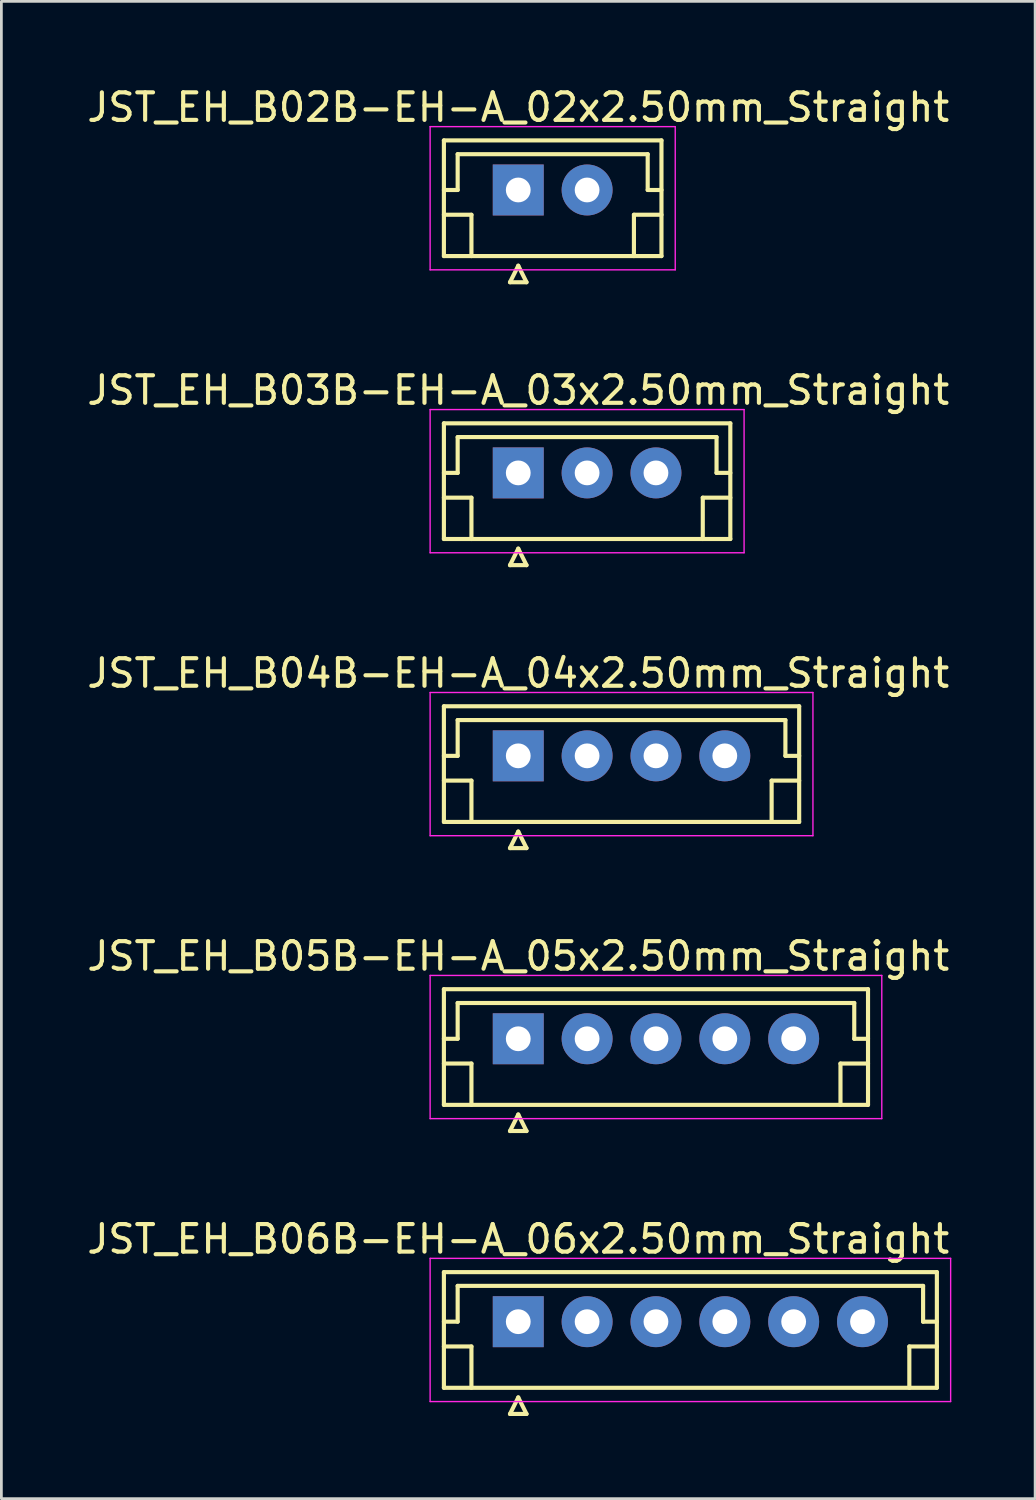
<source format=kicad_pcb>
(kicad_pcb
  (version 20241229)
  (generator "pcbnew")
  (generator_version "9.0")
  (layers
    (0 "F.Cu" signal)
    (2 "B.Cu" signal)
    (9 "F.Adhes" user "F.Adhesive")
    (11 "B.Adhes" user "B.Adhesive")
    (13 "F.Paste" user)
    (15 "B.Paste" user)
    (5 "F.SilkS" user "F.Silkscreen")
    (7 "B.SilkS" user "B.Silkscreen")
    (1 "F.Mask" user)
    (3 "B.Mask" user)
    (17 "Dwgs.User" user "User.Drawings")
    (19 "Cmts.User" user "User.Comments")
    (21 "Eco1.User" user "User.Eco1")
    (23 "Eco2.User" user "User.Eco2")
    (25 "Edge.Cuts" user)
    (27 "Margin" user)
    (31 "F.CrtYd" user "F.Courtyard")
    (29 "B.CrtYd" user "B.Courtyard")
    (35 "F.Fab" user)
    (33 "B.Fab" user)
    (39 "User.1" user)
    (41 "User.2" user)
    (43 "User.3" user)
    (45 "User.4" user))
  (footprint "JST_EH_B05B-EH-A_05x2.50mm_Straight"
    (layer "F.Cu")
    (at 15.768 34.668)
    (property "Reference" "JST_EH_B05B-EH-A_05x2.50mm_Straight" (at 0 -3 0) (layer "F.SilkS") (effects (font (size 1 1) (thickness 0.15))))
    (attr through_hole)
    (fp_line (start -2.7 -1.8) (end -2.7 2.4) (stroke (width 0.15) (type solid)) (layer "F.SilkS"))
    (fp_line (start -2.7 0) (end -2.2 0) (stroke (width 0.15) (type solid)) (layer "F.SilkS"))
    (fp_line (start -2.7 0.9) (end -1.7 0.9) (stroke (width 0.15) (type solid)) (layer "F.SilkS"))
    (fp_line (start -2.7 2.4) (end 12.7 2.4) (stroke (width 0.15) (type solid)) (layer "F.SilkS"))
    (fp_line (start -2.2 -1.3) (end 12.2 -1.3) (stroke (width 0.15) (type solid)) (layer "F.SilkS"))
    (fp_line (start -2.2 0) (end -2.2 -1.3) (stroke (width 0.15) (type solid)) (layer "F.SilkS"))
    (fp_line (start -1.7 0.9) (end -1.7 2.4) (stroke (width 0.15) (type solid)) (layer "F.SilkS"))
    (fp_line (start -0.3 3.35) (end 0.3 3.35) (stroke (width 0.15) (type solid)) (layer "F.SilkS"))
    (fp_line (start 0 2.75) (end -0.3 3.35) (stroke (width 0.15) (type solid)) (layer "F.SilkS"))
    (fp_line (start 0.3 3.35) (end 0 2.75) (stroke (width 0.15) (type solid)) (layer "F.SilkS"))
    (fp_line (start 11.7 0.9) (end 11.7 2.4) (stroke (width 0.15) (type solid)) (layer "F.SilkS"))
    (fp_line (start 12.2 -1.3) (end 12.2 0) (stroke (width 0.15) (type solid)) (layer "F.SilkS"))
    (fp_line (start 12.2 0) (end 12.7 0) (stroke (width 0.15) (type solid)) (layer "F.SilkS"))
    (fp_line (start 12.7 -1.8) (end -2.7 -1.8) (stroke (width 0.15) (type solid)) (layer "F.SilkS"))
    (fp_line (start 12.7 0.9) (end 11.7 0.9) (stroke (width 0.15) (type solid)) (layer "F.SilkS"))
    (fp_line (start 12.7 2.4) (end 12.7 -1.8) (stroke (width 0.15) (type solid)) (layer "F.SilkS"))
    (fp_line (start -3.2 -2.3) (end -3.2 2.9) (stroke (width 0.05) (type solid)) (layer "F.CrtYd"))
    (fp_line (start -3.2 2.9) (end 13.2 2.9) (stroke (width 0.05) (type solid)) (layer "F.CrtYd"))
    (fp_line (start 13.2 -2.3) (end -3.2 -2.3) (stroke (width 0.05) (type solid)) (layer "F.CrtYd"))
    (fp_line (start 13.2 2.9) (end 13.2 -2.3) (stroke (width 0.05) (type solid)) (layer "F.CrtYd"))
    (pad "1" thru_hole rect (at 0 0) (size 1.85 1.85) (drill 0.9) (layers "*.Cu" "*.Mask"))
    (pad "2" thru_hole circle (at 2.5 0) (size 1.85 1.85) (drill 0.9) (layers "*.Cu" "*.Mask"))
    (pad "3" thru_hole circle (at 5 0) (size 1.85 1.85) (drill 0.9) (layers "*.Cu" "*.Mask"))
    (pad "4" thru_hole circle (at 7.5 0) (size 1.85 1.85) (drill 0.9) (layers "*.Cu" "*.Mask"))
    (pad "5" thru_hole circle (at 10 0) (size 1.85 1.85) (drill 0.9) (layers "*.Cu" "*.Mask")))
  (footprint "JST_EH_B04B-EH-A_04x2.50mm_Straight"
    (layer "F.Cu")
    (at 15.768 24.395)
    (property "Reference" "JST_EH_B04B-EH-A_04x2.50mm_Straight" (at 0 -3 0) (layer "F.SilkS") (effects (font (size 1 1) (thickness 0.15))))
    (attr through_hole)
    (fp_line (start -2.7 -1.8) (end -2.7 2.4) (stroke (width 0.15) (type solid)) (layer "F.SilkS"))
    (fp_line (start -2.7 0) (end -2.2 0) (stroke (width 0.15) (type solid)) (layer "F.SilkS"))
    (fp_line (start -2.7 0.9) (end -1.7 0.9) (stroke (width 0.15) (type solid)) (layer "F.SilkS"))
    (fp_line (start -2.7 2.4) (end 10.2 2.4) (stroke (width 0.15) (type solid)) (layer "F.SilkS"))
    (fp_line (start -2.2 -1.3) (end 9.7 -1.3) (stroke (width 0.15) (type solid)) (layer "F.SilkS"))
    (fp_line (start -2.2 0) (end -2.2 -1.3) (stroke (width 0.15) (type solid)) (layer "F.SilkS"))
    (fp_line (start -1.7 0.9) (end -1.7 2.4) (stroke (width 0.15) (type solid)) (layer "F.SilkS"))
    (fp_line (start -0.3 3.35) (end 0.3 3.35) (stroke (width 0.15) (type solid)) (layer "F.SilkS"))
    (fp_line (start 0 2.75) (end -0.3 3.35) (stroke (width 0.15) (type solid)) (layer "F.SilkS"))
    (fp_line (start 0.3 3.35) (end 0 2.75) (stroke (width 0.15) (type solid)) (layer "F.SilkS"))
    (fp_line (start 9.2 0.9) (end 9.2 2.4) (stroke (width 0.15) (type solid)) (layer "F.SilkS"))
    (fp_line (start 9.7 -1.3) (end 9.7 0) (stroke (width 0.15) (type solid)) (layer "F.SilkS"))
    (fp_line (start 9.7 0) (end 10.2 0) (stroke (width 0.15) (type solid)) (layer "F.SilkS"))
    (fp_line (start 10.2 -1.8) (end -2.7 -1.8) (stroke (width 0.15) (type solid)) (layer "F.SilkS"))
    (fp_line (start 10.2 0.9) (end 9.2 0.9) (stroke (width 0.15) (type solid)) (layer "F.SilkS"))
    (fp_line (start 10.2 2.4) (end 10.2 -1.8) (stroke (width 0.15) (type solid)) (layer "F.SilkS"))
    (fp_line (start -3.2 -2.3) (end -3.2 2.9) (stroke (width 0.05) (type solid)) (layer "F.CrtYd"))
    (fp_line (start -3.2 2.9) (end 10.7 2.9) (stroke (width 0.05) (type solid)) (layer "F.CrtYd"))
    (fp_line (start 10.7 -2.3) (end -3.2 -2.3) (stroke (width 0.05) (type solid)) (layer "F.CrtYd"))
    (fp_line (start 10.7 2.9) (end 10.7 -2.3) (stroke (width 0.05) (type solid)) (layer "F.CrtYd"))
    (pad "1" thru_hole rect (at 0 0) (size 1.85 1.85) (drill 0.9) (layers "*.Cu" "*.Mask"))
    (pad "2" thru_hole circle (at 2.5 0) (size 1.85 1.85) (drill 0.9) (layers "*.Cu" "*.Mask"))
    (pad "3" thru_hole circle (at 5 0) (size 1.85 1.85) (drill 0.9) (layers "*.Cu" "*.Mask"))
    (pad "4" thru_hole circle (at 7.5 0) (size 1.85 1.85) (drill 0.9) (layers "*.Cu" "*.Mask")))
  (footprint "JST_EH_B06B-EH-A_06x2.50mm_Straight"
    (layer "F.Cu")
    (at 15.768 44.941)
    (property "Reference" "JST_EH_B06B-EH-A_06x2.50mm_Straight" (at 0 -3 0) (layer "F.SilkS") (effects (font (size 1 1) (thickness 0.15))))
    (attr through_hole)
    (fp_line (start -2.7 -1.8) (end -2.7 2.4) (stroke (width 0.15) (type solid)) (layer "F.SilkS"))
    (fp_line (start -2.7 0) (end -2.2 0) (stroke (width 0.15) (type solid)) (layer "F.SilkS"))
    (fp_line (start -2.7 0.9) (end -1.7 0.9) (stroke (width 0.15) (type solid)) (layer "F.SilkS"))
    (fp_line (start -2.7 2.4) (end 15.2 2.4) (stroke (width 0.15) (type solid)) (layer "F.SilkS"))
    (fp_line (start -2.2 -1.3) (end 14.7 -1.3) (stroke (width 0.15) (type solid)) (layer "F.SilkS"))
    (fp_line (start -2.2 0) (end -2.2 -1.3) (stroke (width 0.15) (type solid)) (layer "F.SilkS"))
    (fp_line (start -1.7 0.9) (end -1.7 2.4) (stroke (width 0.15) (type solid)) (layer "F.SilkS"))
    (fp_line (start -0.3 3.35) (end 0.3 3.35) (stroke (width 0.15) (type solid)) (layer "F.SilkS"))
    (fp_line (start 0 2.75) (end -0.3 3.35) (stroke (width 0.15) (type solid)) (layer "F.SilkS"))
    (fp_line (start 0.3 3.35) (end 0 2.75) (stroke (width 0.15) (type solid)) (layer "F.SilkS"))
    (fp_line (start 14.2 0.9) (end 14.2 2.4) (stroke (width 0.15) (type solid)) (layer "F.SilkS"))
    (fp_line (start 14.7 -1.3) (end 14.7 0) (stroke (width 0.15) (type solid)) (layer "F.SilkS"))
    (fp_line (start 14.7 0) (end 15.2 0) (stroke (width 0.15) (type solid)) (layer "F.SilkS"))
    (fp_line (start 15.2 -1.8) (end -2.7 -1.8) (stroke (width 0.15) (type solid)) (layer "F.SilkS"))
    (fp_line (start 15.2 0.9) (end 14.2 0.9) (stroke (width 0.15) (type solid)) (layer "F.SilkS"))
    (fp_line (start 15.2 2.4) (end 15.2 -1.8) (stroke (width 0.15) (type solid)) (layer "F.SilkS"))
    (fp_line (start -3.2 -2.3) (end -3.2 2.9) (stroke (width 0.05) (type solid)) (layer "F.CrtYd"))
    (fp_line (start -3.2 2.9) (end 15.7 2.9) (stroke (width 0.05) (type solid)) (layer "F.CrtYd"))
    (fp_line (start 15.7 -2.3) (end -3.2 -2.3) (stroke (width 0.05) (type solid)) (layer "F.CrtYd"))
    (fp_line (start 15.7 2.9) (end 15.7 -2.3) (stroke (width 0.05) (type solid)) (layer "F.CrtYd"))
    (pad "1" thru_hole rect (at 0 0) (size 1.85 1.85) (drill 0.9) (layers "*.Cu" "*.Mask"))
    (pad "2" thru_hole circle (at 2.5 0) (size 1.85 1.85) (drill 0.9) (layers "*.Cu" "*.Mask"))
    (pad "3" thru_hole circle (at 5 0) (size 1.85 1.85) (drill 0.9) (layers "*.Cu" "*.Mask"))
    (pad "4" thru_hole circle (at 7.5 0) (size 1.85 1.85) (drill 0.9) (layers "*.Cu" "*.Mask"))
    (pad "5" thru_hole circle (at 10 0) (size 1.85 1.85) (drill 0.9) (layers "*.Cu" "*.Mask"))
    (pad "6" thru_hole circle (at 12.5 0) (size 1.85 1.85) (drill 0.9) (layers "*.Cu" "*.Mask")))
  (footprint "JST_EH_B02B-EH-A_02x2.50mm_Straight"
    (layer "F.Cu")
    (at 15.768 3.848)
    (property "Reference" "JST_EH_B02B-EH-A_02x2.50mm_Straight" (at 0 -3 0) (layer "F.SilkS") (effects (font (size 1 1) (thickness 0.15))))
    (attr through_hole)
    (fp_line (start -2.7 -1.8) (end -2.7 2.4) (stroke (width 0.15) (type solid)) (layer "F.SilkS"))
    (fp_line (start -2.7 0) (end -2.2 0) (stroke (width 0.15) (type solid)) (layer "F.SilkS"))
    (fp_line (start -2.7 0.9) (end -1.7 0.9) (stroke (width 0.15) (type solid)) (layer "F.SilkS"))
    (fp_line (start -2.7 2.4) (end 5.2 2.4) (stroke (width 0.15) (type solid)) (layer "F.SilkS"))
    (fp_line (start -2.2 -1.3) (end 4.7 -1.3) (stroke (width 0.15) (type solid)) (layer "F.SilkS"))
    (fp_line (start -2.2 0) (end -2.2 -1.3) (stroke (width 0.15) (type solid)) (layer "F.SilkS"))
    (fp_line (start -1.7 0.9) (end -1.7 2.4) (stroke (width 0.15) (type solid)) (layer "F.SilkS"))
    (fp_line (start -0.3 3.35) (end 0.3 3.35) (stroke (width 0.15) (type solid)) (layer "F.SilkS"))
    (fp_line (start 0 2.75) (end -0.3 3.35) (stroke (width 0.15) (type solid)) (layer "F.SilkS"))
    (fp_line (start 0.3 3.35) (end 0 2.75) (stroke (width 0.15) (type solid)) (layer "F.SilkS"))
    (fp_line (start 4.2 0.9) (end 4.2 2.4) (stroke (width 0.15) (type solid)) (layer "F.SilkS"))
    (fp_line (start 4.7 -1.3) (end 4.7 0) (stroke (width 0.15) (type solid)) (layer "F.SilkS"))
    (fp_line (start 4.7 0) (end 5.2 0) (stroke (width 0.15) (type solid)) (layer "F.SilkS"))
    (fp_line (start 5.2 -1.8) (end -2.7 -1.8) (stroke (width 0.15) (type solid)) (layer "F.SilkS"))
    (fp_line (start 5.2 0.9) (end 4.2 0.9) (stroke (width 0.15) (type solid)) (layer "F.SilkS"))
    (fp_line (start 5.2 2.4) (end 5.2 -1.8) (stroke (width 0.15) (type solid)) (layer "F.SilkS"))
    (fp_line (start -3.2 -2.3) (end -3.2 2.9) (stroke (width 0.05) (type solid)) (layer "F.CrtYd"))
    (fp_line (start -3.2 2.9) (end 5.7 2.9) (stroke (width 0.05) (type solid)) (layer "F.CrtYd"))
    (fp_line (start 5.7 -2.3) (end -3.2 -2.3) (stroke (width 0.05) (type solid)) (layer "F.CrtYd"))
    (fp_line (start 5.7 2.9) (end 5.7 -2.3) (stroke (width 0.05) (type solid)) (layer "F.CrtYd"))
    (pad "1" thru_hole rect (at 0 0) (size 1.85 1.85) (drill 0.9) (layers "*.Cu" "*.Mask"))
    (pad "2" thru_hole circle (at 2.5 0) (size 1.85 1.85) (drill 0.9) (layers "*.Cu" "*.Mask")))
  (footprint "JST_EH_B03B-EH-A_03x2.50mm_Straight"
    (layer "F.Cu")
    (at 15.768 14.121)
    (property "Reference" "JST_EH_B03B-EH-A_03x2.50mm_Straight" (at 0 -3 0) (layer "F.SilkS") (effects (font (size 1 1) (thickness 0.15))))
    (attr through_hole)
    (fp_line (start -2.7 -1.8) (end -2.7 2.4) (stroke (width 0.15) (type solid)) (layer "F.SilkS"))
    (fp_line (start -2.7 0) (end -2.2 0) (stroke (width 0.15) (type solid)) (layer "F.SilkS"))
    (fp_line (start -2.7 0.9) (end -1.7 0.9) (stroke (width 0.15) (type solid)) (layer "F.SilkS"))
    (fp_line (start -2.7 2.4) (end 7.7 2.4) (stroke (width 0.15) (type solid)) (layer "F.SilkS"))
    (fp_line (start -2.2 -1.3) (end 7.2 -1.3) (stroke (width 0.15) (type solid)) (layer "F.SilkS"))
    (fp_line (start -2.2 0) (end -2.2 -1.3) (stroke (width 0.15) (type solid)) (layer "F.SilkS"))
    (fp_line (start -1.7 0.9) (end -1.7 2.4) (stroke (width 0.15) (type solid)) (layer "F.SilkS"))
    (fp_line (start -0.3 3.35) (end 0.3 3.35) (stroke (width 0.15) (type solid)) (layer "F.SilkS"))
    (fp_line (start 0 2.75) (end -0.3 3.35) (stroke (width 0.15) (type solid)) (layer "F.SilkS"))
    (fp_line (start 0.3 3.35) (end 0 2.75) (stroke (width 0.15) (type solid)) (layer "F.SilkS"))
    (fp_line (start 6.7 0.9) (end 6.7 2.4) (stroke (width 0.15) (type solid)) (layer "F.SilkS"))
    (fp_line (start 7.2 -1.3) (end 7.2 0) (stroke (width 0.15) (type solid)) (layer "F.SilkS"))
    (fp_line (start 7.2 0) (end 7.7 0) (stroke (width 0.15) (type solid)) (layer "F.SilkS"))
    (fp_line (start 7.7 -1.8) (end -2.7 -1.8) (stroke (width 0.15) (type solid)) (layer "F.SilkS"))
    (fp_line (start 7.7 0.9) (end 6.7 0.9) (stroke (width 0.15) (type solid)) (layer "F.SilkS"))
    (fp_line (start 7.7 2.4) (end 7.7 -1.8) (stroke (width 0.15) (type solid)) (layer "F.SilkS"))
    (fp_line (start -3.2 -2.3) (end -3.2 2.9) (stroke (width 0.05) (type solid)) (layer "F.CrtYd"))
    (fp_line (start -3.2 2.9) (end 8.2 2.9) (stroke (width 0.05) (type solid)) (layer "F.CrtYd"))
    (fp_line (start 8.2 -2.3) (end -3.2 -2.3) (stroke (width 0.05) (type solid)) (layer "F.CrtYd"))
    (fp_line (start 8.2 2.9) (end 8.2 -2.3) (stroke (width 0.05) (type solid)) (layer "F.CrtYd"))
    (pad "1" thru_hole rect (at 0 0) (size 1.85 1.85) (drill 0.9) (layers "*.Cu" "*.Mask"))
    (pad "2" thru_hole circle (at 2.5 0) (size 1.85 1.85) (drill 0.9) (layers "*.Cu" "*.Mask"))
    (pad "3" thru_hole circle (at 5 0) (size 1.85 1.85) (drill 0.9) (layers "*.Cu" "*.Mask")))
  (gr_rect
    (start -3 -3)
    (end 34.536 51.366)
    (stroke (width 0.1) (type default))
    (fill no)
    (layer "Edge.Cuts")))
</source>
